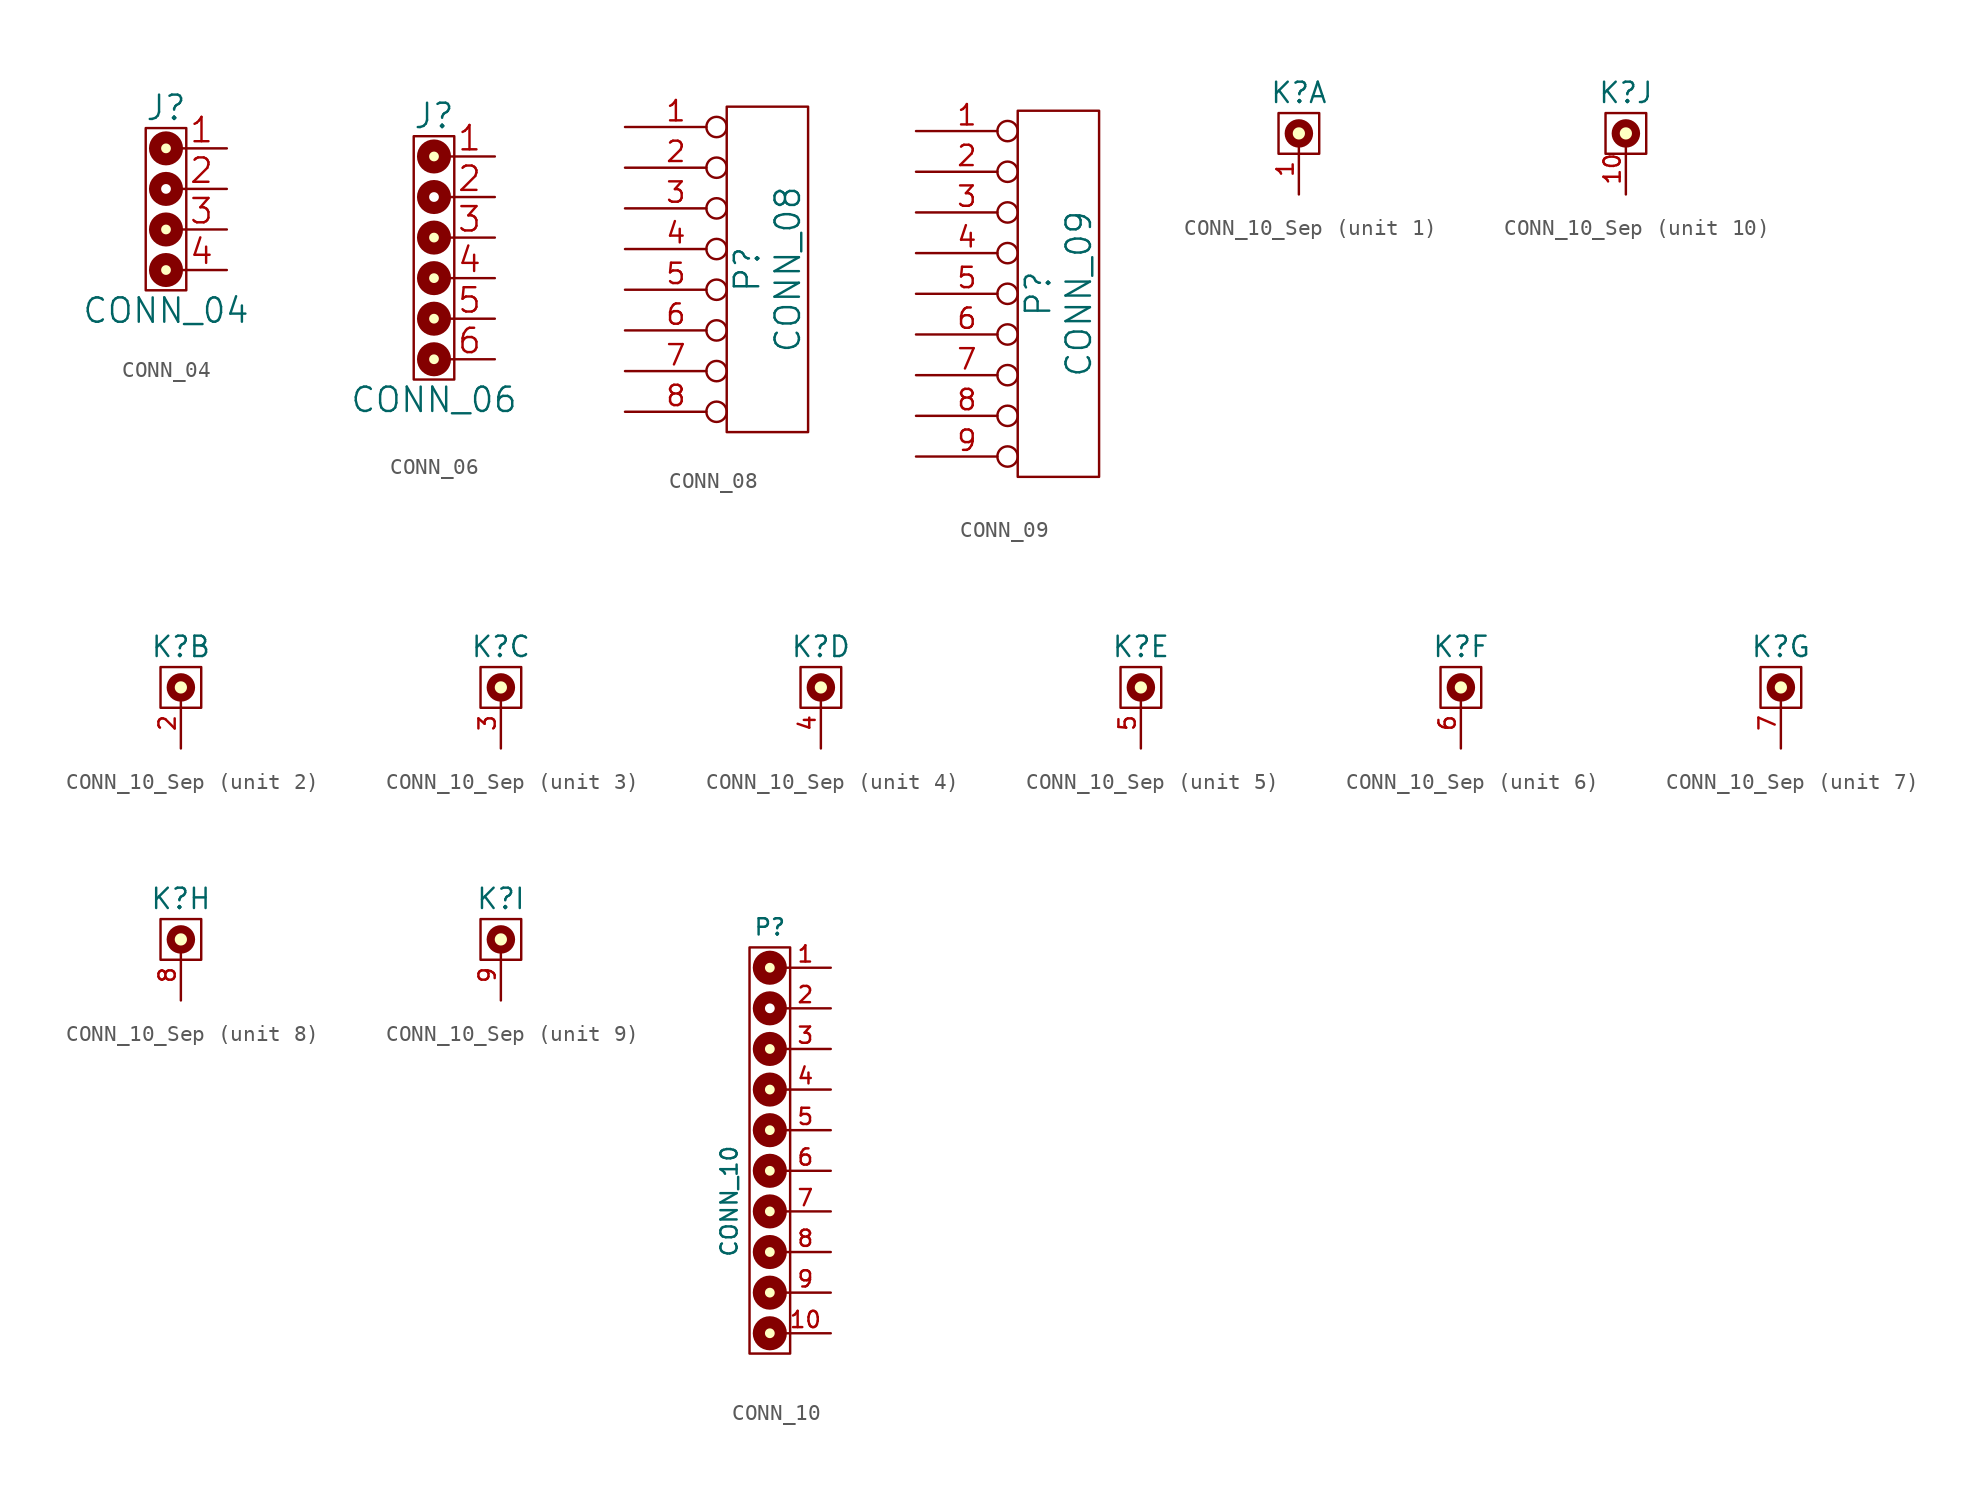
<source format=kicad_sym>
(kicad_symbol_lib
  (version 20211014)
  (generator kicad_symbol_editor)
  (symbol "CONN_04"
    (pin_names
      (offset 0.762) hide)
    (property "Reference" "J"
      (at 0 8.89 0)
      (effects (font (size 1.524 1.524))))
    (property "Value" "CONN_04"
      (at 0 -3.81 0)
      (effects (font (size 1.524 1.524))))
    (property "Footprint" ""
      (at 0 0 0)
      (effects (font (size 1.524 1.524))))
    (property "Datasheet" ""
      (at 0 0 0)
      (effects (font (size 1.524 1.524))))
    (symbol "CONN_04_0_1"
      (rectangle (start -1.27 7.62) (end 1.27 -2.54) (stroke (width 0) (type default) (color 0 0 0 0)) (fill (type none)))
      (circle (center 0 -1.27) (radius 0.686) (stroke (width 0.762) (type default) (color 0 0 0 0)) (fill (type background)))
      (circle (center 0 1.27) (radius 0.686) (stroke (width 0.762) (type default) (color 0 0 0 0)) (fill (type background)))
      (circle (center 0 3.81) (radius 0.686) (stroke (width 0.762) (type default) (color 0 0 0 0)) (fill (type none)))
      (circle (center 0 6.35) (radius 0.686) (stroke (width 0.762) (type default) (color 0 0 0 0)) (fill (type background))))
    (symbol "CONN_04_1_1"
      (pin passive line (at 3.81 6.35 180) (length 3.175) (name "1" (effects (font (size 1.524 1.524)))) (number "1" (effects (font (size 1.524 1.524)))))
      (pin passive line (at 3.81 3.81 180) (length 3.175) (name "2" (effects (font (size 1.524 1.524)))) (number "2" (effects (font (size 1.524 1.524)))))
      (pin passive line (at 3.81 1.27 180) (length 3.175) (name "3" (effects (font (size 1.524 1.524)))) (number "3" (effects (font (size 1.524 1.524)))))
      (pin passive line (at 3.81 -1.27 180) (length 3.175) (name "4" (effects (font (size 1.524 1.524)))) (number "4" (effects (font (size 1.524 1.524)))))))
  (symbol "CONN_06"
    (pin_names
      (offset 0.762) hide)
    (property "Reference" "J"
      (at 0 8.89 0)
      (effects (font (size 1.524 1.524))))
    (property "Value" "CONN_06"
      (at 0 -8.89 0)
      (effects (font (size 1.524 1.524))))
    (property "Footprint" ""
      (at 0 0 0)
      (effects (font (size 1.524 1.524))))
    (property "Datasheet" ""
      (at 0 0 0)
      (effects (font (size 1.524 1.524))))
    (symbol "CONN_06_0_1"
      (rectangle (start -1.27 7.62) (end 1.27 -7.62) (stroke (width 0) (type default) (color 0 0 0 0)) (fill (type none)))
      (circle (center 0 -6.35) (radius 0.686) (stroke (width 0.762) (type default) (color 0 0 0 0)) (fill (type background)))
      (circle (center 0 -3.81) (radius 0.686) (stroke (width 0.762) (type default) (color 0 0 0 0)) (fill (type background)))
      (circle (center 0 -1.27) (radius 0.686) (stroke (width 0.762) (type default) (color 0 0 0 0)) (fill (type background)))
      (circle (center 0 1.27) (radius 0.686) (stroke (width 0.762) (type default) (color 0 0 0 0)) (fill (type background)))
      (circle (center 0 3.81) (radius 0.686) (stroke (width 0.762) (type default) (color 0 0 0 0)) (fill (type none)))
      (circle (center 0 6.35) (radius 0.686) (stroke (width 0.762) (type default) (color 0 0 0 0)) (fill (type background))))
    (symbol "CONN_06_1_1"
      (pin passive line (at 3.81 6.35 180) (length 3.175) (name "1" (effects (font (size 1.524 1.524)))) (number "1" (effects (font (size 1.524 1.524)))))
      (pin passive line (at 3.81 3.81 180) (length 3.175) (name "2" (effects (font (size 1.524 1.524)))) (number "2" (effects (font (size 1.524 1.524)))))
      (pin passive line (at 3.81 1.27 180) (length 3.175) (name "3" (effects (font (size 1.524 1.524)))) (number "3" (effects (font (size 1.524 1.524)))))
      (pin passive line (at 3.81 -1.27 180) (length 3.175) (name "4" (effects (font (size 1.524 1.524)))) (number "4" (effects (font (size 1.524 1.524)))))
      (pin passive line (at 3.81 -3.81 180) (length 3.175) (name "5" (effects (font (size 1.524 1.524)))) (number "5" (effects (font (size 1.524 1.524)))))
      (pin passive line (at 3.81 -6.35 180) (length 3.175) (name "6" (effects (font (size 1.524 1.524)))) (number "6" (effects (font (size 1.524 1.524)))))))
  (symbol "CONN_08"
    (pin_names
      (offset 1.016) hide)
    (property "Reference" "P"
      (at -1.27 0 90)
      (effects (font (size 1.524 1.524))))
    (property "Value" "CONN_08"
      (at 1.27 0 90)
      (effects (font (size 1.524 1.524))))
    (property "Footprint" ""
      (at 0 0 0)
      (effects (font (size 1.524 1.524))))
    (property "Datasheet" ""
      (at 0 0 0)
      (effects (font (size 1.524 1.524))))
    (symbol "CONN_08_0_1"
      (rectangle (start -2.54 10.16) (end 2.54 -10.16) (stroke (width 0) (type default) (color 0 0 0 0)) (fill (type none))))
    (symbol "CONN_08_1_1"
      (pin passive inverted (at -8.89 8.89 0) (length 6.35) (name "P1" (effects (font (size 1.27 1.27)))) (number "1" (effects (font (size 1.27 1.27)))))
      (pin passive inverted (at -8.89 6.35 0) (length 6.35) (name "P2" (effects (font (size 1.27 1.27)))) (number "2" (effects (font (size 1.27 1.27)))))
      (pin passive inverted (at -8.89 3.81 0) (length 6.35) (name "P3" (effects (font (size 1.27 1.27)))) (number "3" (effects (font (size 1.27 1.27)))))
      (pin passive inverted (at -8.89 1.27 0) (length 6.35) (name "P4" (effects (font (size 1.27 1.27)))) (number "4" (effects (font (size 1.27 1.27)))))
      (pin passive inverted (at -8.89 -1.27 0) (length 6.35) (name "P5" (effects (font (size 1.27 1.27)))) (number "5" (effects (font (size 1.27 1.27)))))
      (pin passive inverted (at -8.89 -3.81 0) (length 6.35) (name "P6" (effects (font (size 1.27 1.27)))) (number "6" (effects (font (size 1.27 1.27)))))
      (pin passive inverted (at -8.89 -6.35 0) (length 6.35) (name "P7" (effects (font (size 1.27 1.27)))) (number "7" (effects (font (size 1.27 1.27)))))
      (pin passive inverted (at -8.89 -8.89 0) (length 6.35) (name "P8" (effects (font (size 1.27 1.27)))) (number "8" (effects (font (size 1.27 1.27)))))))
  (symbol "CONN_09"
    (pin_names
      (offset 1.016) hide)
    (property "Reference" "P"
      (at -1.27 0 90)
      (effects (font (size 1.524 1.524))))
    (property "Value" "CONN_09"
      (at 1.27 0 90)
      (effects (font (size 1.524 1.524))))
    (property "Footprint" ""
      (at 0 0 0)
      (effects (font (size 1.524 1.524))))
    (property "Datasheet" ""
      (at 0 0 0)
      (effects (font (size 1.524 1.524))))
    (symbol "CONN_09_0_1"
      (rectangle (start -2.54 11.43) (end 2.54 -11.43) (stroke (width 0) (type default) (color 0 0 0 0)) (fill (type none))))
    (symbol "CONN_09_1_1"
      (pin passive inverted (at -8.89 10.16 0) (length 6.35) (name "P1" (effects (font (size 1.27 1.27)))) (number "1" (effects (font (size 1.27 1.27)))))
      (pin passive inverted (at -8.89 7.62 0) (length 6.35) (name "P2" (effects (font (size 1.27 1.27)))) (number "2" (effects (font (size 1.27 1.27)))))
      (pin passive inverted (at -8.89 5.08 0) (length 6.35) (name "P3" (effects (font (size 1.27 1.27)))) (number "3" (effects (font (size 1.27 1.27)))))
      (pin passive inverted (at -8.89 2.54 0) (length 6.35) (name "P4" (effects (font (size 1.27 1.27)))) (number "4" (effects (font (size 1.27 1.27)))))
      (pin passive inverted (at -8.89 0 0) (length 6.35) (name "P5" (effects (font (size 1.27 1.27)))) (number "5" (effects (font (size 1.27 1.27)))))
      (pin passive inverted (at -8.89 -2.54 0) (length 6.35) (name "P6" (effects (font (size 1.27 1.27)))) (number "6" (effects (font (size 1.27 1.27)))))
      (pin passive inverted (at -8.89 -5.08 0) (length 6.35) (name "P7" (effects (font (size 1.27 1.27)))) (number "7" (effects (font (size 1.27 1.27)))))
      (pin passive inverted (at -8.89 -7.62 0) (length 6.35) (name "P8" (effects (font (size 1.27 1.27)))) (number "8" (effects (font (size 1.27 1.27)))))
      (pin passive inverted (at -8.89 -10.16 0) (length 6.35) (name "P9" (effects (font (size 1.27 1.27)))) (number "9" (effects (font (size 1.27 1.27)))))))
  (symbol "CONN_10_Sep"
    (pin_names
      (offset 0) hide)
    (property "Reference" "K"
      (at 0 2.54 0)
      (effects (font (size 1.27 1.27))))
    (property "Footprint" ""
      (at 2.54 -2.54 0)
      (effects (font (size 1.524 1.524))))
    (property "Datasheet" ""
      (at 2.54 -2.54 0)
      (effects (font (size 1.524 1.524))))
    (symbol "CONN_10_Sep_0_1"
      (circle (center 0 0) (radius 0.635) (stroke (width 0.508) (type default) (color 0 0 0 0)) (fill (type background)))
      (rectangle (start 1.27 1.27) (end -1.27 -1.27) (stroke (width 0) (type default) (color 0 0 0 0)) (fill (type none))))
    (symbol "CONN_10_Sep_1_1"
      (pin passive line (at 0 -3.81 90) (length 3.175) (name "1" (effects (font (size 1.016 1.016)))) (number "1" (effects (font (size 1.016 1.016))))))
    (symbol "CONN_10_Sep_2_1"
      (pin passive line (at 0 -3.81 90) (length 3.175) (name "1" (effects (font (size 1.016 1.016)))) (number "2" (effects (font (size 1.016 1.016))))))
    (symbol "CONN_10_Sep_3_1"
      (pin passive line (at 0 -3.81 90) (length 3.175) (name "1" (effects (font (size 1.016 1.016)))) (number "3" (effects (font (size 1.016 1.016))))))
    (symbol "CONN_10_Sep_4_1"
      (pin passive line (at 0 -3.81 90) (length 3.175) (name "1" (effects (font (size 1.016 1.016)))) (number "4" (effects (font (size 1.016 1.016))))))
    (symbol "CONN_10_Sep_5_1"
      (pin passive line (at 0 -3.81 90) (length 3.175) (name "1" (effects (font (size 1.016 1.016)))) (number "5" (effects (font (size 1.016 1.016))))))
    (symbol "CONN_10_Sep_6_1"
      (pin passive line (at 0 -3.81 90) (length 3.175) (name "1" (effects (font (size 1.016 1.016)))) (number "6" (effects (font (size 1.016 1.016))))))
    (symbol "CONN_10_Sep_7_1"
      (pin passive line (at 0 -3.81 90) (length 3.175) (name "1" (effects (font (size 1.016 1.016)))) (number "7" (effects (font (size 1.016 1.016))))))
    (symbol "CONN_10_Sep_8_1"
      (pin passive line (at 0 -3.81 90) (length 3.175) (name "1" (effects (font (size 1.016 1.016)))) (number "8" (effects (font (size 1.016 1.016))))))
    (symbol "CONN_10_Sep_9_1"
      (pin passive line (at 0 -3.81 90) (length 3.175) (name "1" (effects (font (size 1.016 1.016)))) (number "9" (effects (font (size 1.016 1.016))))))
    (symbol "CONN_10_Sep_10_1"
      (pin passive line (at 0 -3.81 90) (length 3.175) (name "1" (effects (font (size 1.016 1.016)))) (number "10" (effects (font (size 1.016 1.016)))))))
  (symbol "CONN_10"
    (pin_names
      (offset 0.762) hide)
    (property "Reference" "P"
      (at 0 8.89 0)
      (effects (font (size 1.016 1.016))))
    (property "Value" "CONN_10"
      (at -2.54 -8.255 90)
      (effects (font (size 1.016 1.016))))
    (property "Footprint" ""
      (at 0 0 0)
      (effects (font (size 1.524 1.524))))
    (property "Datasheet" ""
      (at 0 0 0)
      (effects (font (size 1.524 1.524))))
    (symbol "CONN_10_0_1"
      (rectangle (start -1.27 7.62) (end 1.27 -17.78) (stroke (width 0) (type default) (color 0 0 0 0)) (fill (type none)))
      (circle (center 0 -16.51) (radius 0.686) (stroke (width 0.762) (type default) (color 0 0 0 0)) (fill (type background)))
      (circle (center 0 -13.97) (radius 0.686) (stroke (width 0.762) (type default) (color 0 0 0 0)) (fill (type background)))
      (circle (center 0 -11.43) (radius 0.686) (stroke (width 0.762) (type default) (color 0 0 0 0)) (fill (type background)))
      (circle (center 0 -8.89) (radius 0.686) (stroke (width 0.762) (type default) (color 0 0 0 0)) (fill (type background)))
      (circle (center 0 -6.35) (radius 0.686) (stroke (width 0.762) (type default) (color 0 0 0 0)) (fill (type background)))
      (circle (center 0 -3.81) (radius 0.686) (stroke (width 0.762) (type default) (color 0 0 0 0)) (fill (type background)))
      (circle (center 0 -1.27) (radius 0.686) (stroke (width 0.762) (type default) (color 0 0 0 0)) (fill (type background)))
      (circle (center 0 1.27) (radius 0.686) (stroke (width 0.762) (type default) (color 0 0 0 0)) (fill (type background)))
      (circle (center 0 3.81) (radius 0.686) (stroke (width 0.762) (type default) (color 0 0 0 0)) (fill (type none)))
      (circle (center 0 6.35) (radius 0.686) (stroke (width 0.762) (type default) (color 0 0 0 0)) (fill (type background))))
    (symbol "CONN_10_1_1"
      (pin passive line (at 3.81 6.35 180) (length 3.175) (name "1" (effects (font (size 1.016 1.016)))) (number "1" (effects (font (size 1.016 1.016)))))
      (pin passive line (at 3.81 -16.51 180) (length 3.175) (name "10" (effects (font (size 1.016 1.016)))) (number "10" (effects (font (size 1.016 1.016)))))
      (pin passive line (at 3.81 3.81 180) (length 3.175) (name "2" (effects (font (size 1.016 1.016)))) (number "2" (effects (font (size 1.016 1.016)))))
      (pin passive line (at 3.81 1.27 180) (length 3.175) (name "3" (effects (font (size 1.016 1.016)))) (number "3" (effects (font (size 1.016 1.016)))))
      (pin passive line (at 3.81 -1.27 180) (length 3.175) (name "4" (effects (font (size 1.016 1.016)))) (number "4" (effects (font (size 1.016 1.016)))))
      (pin passive line (at 3.81 -3.81 180) (length 3.175) (name "5" (effects (font (size 1.016 1.016)))) (number "5" (effects (font (size 1.016 1.016)))))
      (pin passive line (at 3.81 -6.35 180) (length 3.175) (name "6" (effects (font (size 1.016 1.016)))) (number "6" (effects (font (size 1.016 1.016)))))
      (pin passive line (at 3.81 -8.89 180) (length 3.175) (name "7" (effects (font (size 1.016 1.016)))) (number "7" (effects (font (size 1.016 1.016)))))
      (pin passive line (at 3.81 -11.43 180) (length 3.175) (name "8" (effects (font (size 1.016 1.016)))) (number "8" (effects (font (size 1.016 1.016)))))
      (pin passive line (at 3.81 -13.97 180) (length 3.175) (name "9" (effects (font (size 1.016 1.016)))) (number "9" (effects (font (size 1.016 1.016))))))))
</source>
